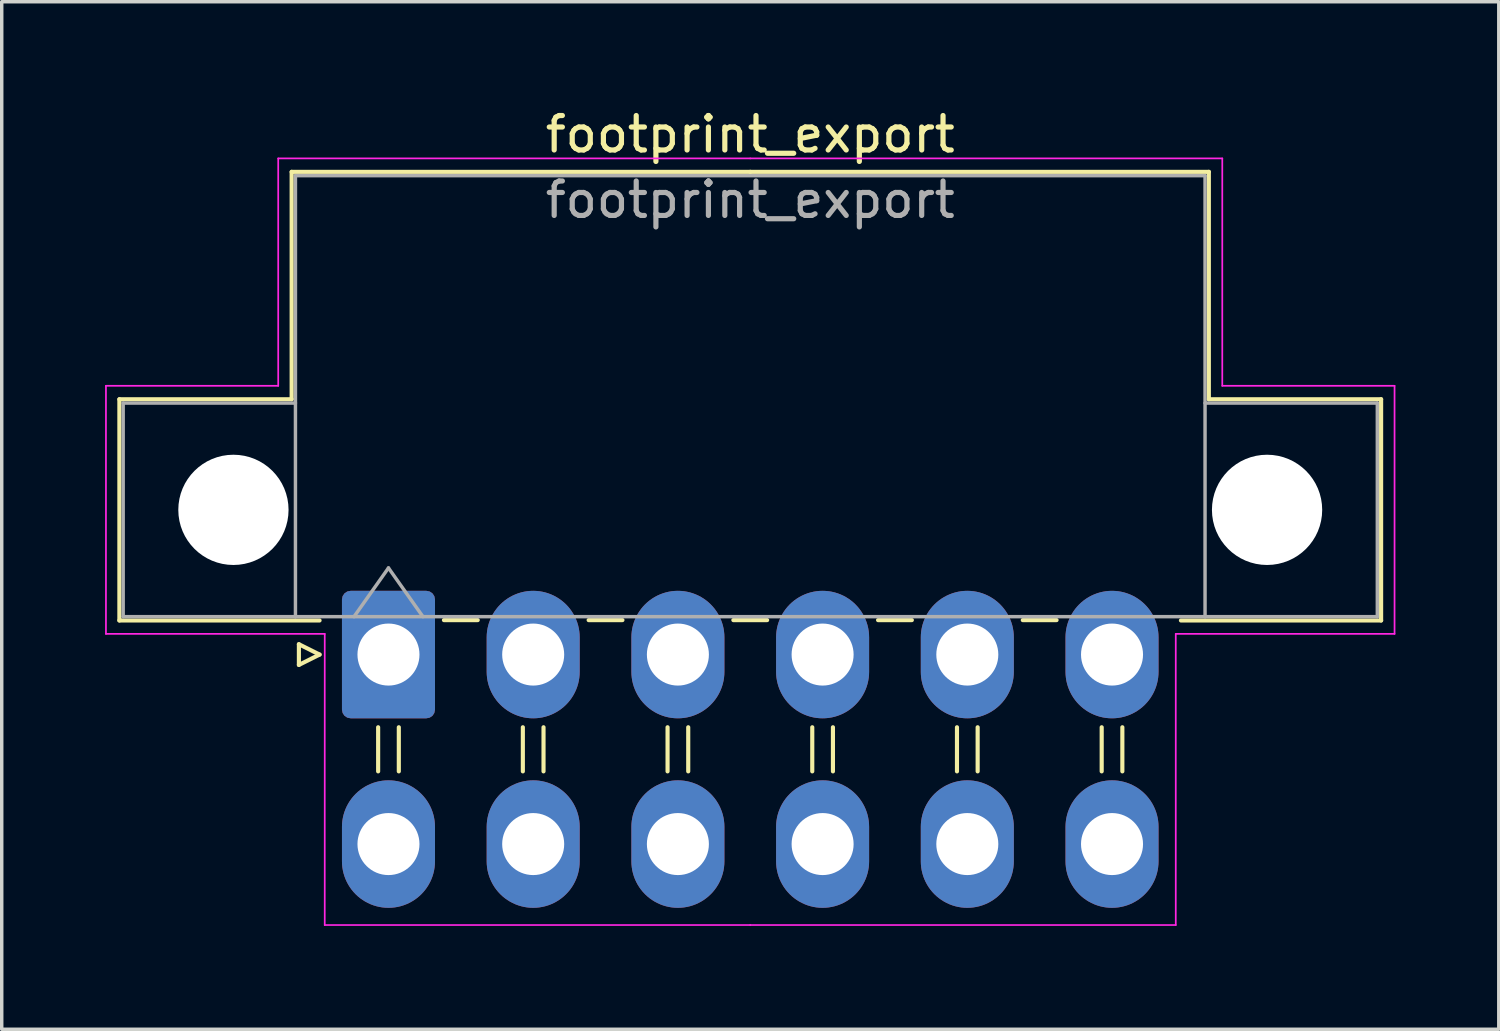
<source format=kicad_pcb>
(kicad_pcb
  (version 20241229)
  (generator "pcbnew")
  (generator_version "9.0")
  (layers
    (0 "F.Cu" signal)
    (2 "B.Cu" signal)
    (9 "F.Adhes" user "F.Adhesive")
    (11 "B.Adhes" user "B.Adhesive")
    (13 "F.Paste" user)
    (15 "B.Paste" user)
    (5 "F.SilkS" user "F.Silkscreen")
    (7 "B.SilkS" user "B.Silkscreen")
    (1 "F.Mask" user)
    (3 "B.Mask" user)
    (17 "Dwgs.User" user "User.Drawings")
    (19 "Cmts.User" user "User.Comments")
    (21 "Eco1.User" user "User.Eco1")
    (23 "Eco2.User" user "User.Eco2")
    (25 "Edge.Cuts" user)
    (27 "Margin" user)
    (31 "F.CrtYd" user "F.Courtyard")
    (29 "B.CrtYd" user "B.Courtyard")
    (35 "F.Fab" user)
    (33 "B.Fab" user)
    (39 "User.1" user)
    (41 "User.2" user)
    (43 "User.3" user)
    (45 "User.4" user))
  (footprint "footprint_export"
    (layer "F.Cu")
    (at 8.225 15.948)
    (property "Reference" "footprint_export" (at 10.5 -15.1 0) (layer "F.SilkS") (effects (font (size 1 1) (thickness 0.15))))
    (attr through_hole)
    (fp_line (start -7.81 -7.41) (end -7.81 -0.99) (stroke (width 0.12) (type solid)) (layer "F.SilkS"))
    (fp_line (start -7.81 -0.99) (end -2 -0.99) (stroke (width 0.12) (type solid)) (layer "F.SilkS"))
    (fp_line (start -2.81 -14.01) (end -2.81 -7.41) (stroke (width 0.12) (type solid)) (layer "F.SilkS"))
    (fp_line (start -2.81 -7.41) (end -7.81 -7.41) (stroke (width 0.12) (type solid)) (layer "F.SilkS"))
    (fp_line (start -2.6 -0.3) (end -2 0) (stroke (width 0.12) (type solid)) (layer "F.SilkS"))
    (fp_line (start -2.6 0.3) (end -2.6 -0.3) (stroke (width 0.12) (type solid)) (layer "F.SilkS"))
    (fp_line (start -2 0) (end -2.6 0.3) (stroke (width 0.12) (type solid)) (layer "F.SilkS"))
    (fp_line (start -0.3 2.11) (end -0.3 3.39) (stroke (width 0.12) (type solid)) (layer "F.SilkS"))
    (fp_line (start 0.3 2.11) (end 0.3 3.39) (stroke (width 0.12) (type solid)) (layer "F.SilkS"))
    (fp_line (start 1.61 -1) (end 2.59 -1) (stroke (width 0.12) (type solid)) (layer "F.SilkS"))
    (fp_line (start 3.9 2.11) (end 3.9 3.39) (stroke (width 0.12) (type solid)) (layer "F.SilkS"))
    (fp_line (start 4.5 2.11) (end 4.5 3.39) (stroke (width 0.12) (type solid)) (layer "F.SilkS"))
    (fp_line (start 5.81 -1) (end 6.79 -1) (stroke (width 0.12) (type solid)) (layer "F.SilkS"))
    (fp_line (start 8.1 2.11) (end 8.1 3.39) (stroke (width 0.12) (type solid)) (layer "F.SilkS"))
    (fp_line (start 8.7 2.11) (end 8.7 3.39) (stroke (width 0.12) (type solid)) (layer "F.SilkS"))
    (fp_line (start 10.01 -1) (end 10.99 -1) (stroke (width 0.12) (type solid)) (layer "F.SilkS"))
    (fp_line (start 10.5 -14.01) (end -2.81 -14.01) (stroke (width 0.12) (type solid)) (layer "F.SilkS"))
    (fp_line (start 10.5 -14.01) (end 23.81 -14.01) (stroke (width 0.12) (type solid)) (layer "F.SilkS"))
    (fp_line (start 12.3 2.11) (end 12.3 3.39) (stroke (width 0.12) (type solid)) (layer "F.SilkS"))
    (fp_line (start 12.9 2.11) (end 12.9 3.39) (stroke (width 0.12) (type solid)) (layer "F.SilkS"))
    (fp_line (start 14.21 -1) (end 15.19 -1) (stroke (width 0.12) (type solid)) (layer "F.SilkS"))
    (fp_line (start 16.5 2.11) (end 16.5 3.39) (stroke (width 0.12) (type solid)) (layer "F.SilkS"))
    (fp_line (start 17.1 2.11) (end 17.1 3.39) (stroke (width 0.12) (type solid)) (layer "F.SilkS"))
    (fp_line (start 18.41 -1) (end 19.39 -1) (stroke (width 0.12) (type solid)) (layer "F.SilkS"))
    (fp_line (start 20.7 2.11) (end 20.7 3.39) (stroke (width 0.12) (type solid)) (layer "F.SilkS"))
    (fp_line (start 21.3 2.11) (end 21.3 3.39) (stroke (width 0.12) (type solid)) (layer "F.SilkS"))
    (fp_line (start 23.81 -14.01) (end 23.81 -7.41) (stroke (width 0.12) (type solid)) (layer "F.SilkS"))
    (fp_line (start 23.81 -7.41) (end 28.81 -7.41) (stroke (width 0.12) (type solid)) (layer "F.SilkS"))
    (fp_line (start 28.81 -7.41) (end 28.81 -0.99) (stroke (width 0.12) (type solid)) (layer "F.SilkS"))
    (fp_line (start 28.81 -0.99) (end 23 -0.99) (stroke (width 0.12) (type solid)) (layer "F.SilkS"))
    (fp_line (start -8.2 -7.8) (end -8.2 -0.6) (stroke (width 0.05) (type solid)) (layer "F.CrtYd"))
    (fp_line (start -8.2 -0.6) (end -1.85 -0.6) (stroke (width 0.05) (type solid)) (layer "F.CrtYd"))
    (fp_line (start -3.2 -14.4) (end -3.2 -7.8) (stroke (width 0.05) (type solid)) (layer "F.CrtYd"))
    (fp_line (start -3.2 -7.8) (end -8.2 -7.8) (stroke (width 0.05) (type solid)) (layer "F.CrtYd"))
    (fp_line (start -1.85 -0.6) (end -1.85 7.85) (stroke (width 0.05) (type solid)) (layer "F.CrtYd"))
    (fp_line (start -1.85 7.85) (end 10.5 7.85) (stroke (width 0.05) (type solid)) (layer "F.CrtYd"))
    (fp_line (start 10.5 -14.4) (end -3.2 -14.4) (stroke (width 0.05) (type solid)) (layer "F.CrtYd"))
    (fp_line (start 10.5 -14.4) (end 24.2 -14.4) (stroke (width 0.05) (type solid)) (layer "F.CrtYd"))
    (fp_line (start 22.85 -0.6) (end 22.85 7.85) (stroke (width 0.05) (type solid)) (layer "F.CrtYd"))
    (fp_line (start 22.85 7.85) (end 10.5 7.85) (stroke (width 0.05) (type solid)) (layer "F.CrtYd"))
    (fp_line (start 24.2 -14.4) (end 24.2 -7.8) (stroke (width 0.05) (type solid)) (layer "F.CrtYd"))
    (fp_line (start 24.2 -7.8) (end 29.2 -7.8) (stroke (width 0.05) (type solid)) (layer "F.CrtYd"))
    (fp_line (start 29.2 -7.8) (end 29.2 -0.6) (stroke (width 0.05) (type solid)) (layer "F.CrtYd"))
    (fp_line (start 29.2 -0.6) (end 22.85 -0.6) (stroke (width 0.05) (type solid)) (layer "F.CrtYd"))
    (fp_line (start -7.7 -7.3) (end -7.7 -1.1) (stroke (width 0.1) (type solid)) (layer "F.Fab"))
    (fp_line (start -7.7 -1.1) (end -2.7 -1.1) (stroke (width 0.1) (type solid)) (layer "F.Fab"))
    (fp_line (start -2.7 -13.9) (end -2.7 -1.1) (stroke (width 0.1) (type solid)) (layer "F.Fab"))
    (fp_line (start -2.7 -7.3) (end -7.7 -7.3) (stroke (width 0.1) (type solid)) (layer "F.Fab"))
    (fp_line (start -2.7 -1.1) (end 23.7 -1.1) (stroke (width 0.1) (type solid)) (layer "F.Fab"))
    (fp_line (start -1 -1.1) (end 0 -2.514) (stroke (width 0.1) (type solid)) (layer "F.Fab"))
    (fp_line (start 0 -2.514) (end 1 -1.1) (stroke (width 0.1) (type solid)) (layer "F.Fab"))
    (fp_line (start 23.7 -13.9) (end -2.7 -13.9) (stroke (width 0.1) (type solid)) (layer "F.Fab"))
    (fp_line (start 23.7 -7.3) (end 28.7 -7.3) (stroke (width 0.1) (type solid)) (layer "F.Fab"))
    (fp_line (start 23.7 -1.1) (end 23.7 -13.9) (stroke (width 0.1) (type solid)) (layer "F.Fab"))
    (fp_line (start 28.7 -7.3) (end 28.7 -1.1) (stroke (width 0.1) (type solid)) (layer "F.Fab"))
    (fp_line (start 28.7 -1.1) (end 23.7 -1.1) (stroke (width 0.1) (type solid)) (layer "F.Fab"))
    (fp_text user "${REFERENCE}" (at 10.5 -13.2 0) (layer "F.Fab") (effects (font (size 1 1) (thickness 0.15))))
    (pad "" np_thru_hole circle (at -4.5 -4.2) (size 3.2 3.2) (drill 3.2) (layers "*.Cu" "*.Mask"))
    (pad "" np_thru_hole circle (at 25.5 -4.2) (size 3.2 3.2) (drill 3.2) (layers "*.Cu" "*.Mask"))
    (pad "1" thru_hole roundrect (at 0 0) (size 2.7 3.7) (drill 1.8) (layers "*.Cu" "*.Mask") (roundrect_rratio 0.093))
    (pad "2" thru_hole oval (at 4.2 0) (size 2.7 3.7) (drill 1.8) (layers "*.Cu" "*.Mask"))
    (pad "3" thru_hole oval (at 8.4 0) (size 2.7 3.7) (drill 1.8) (layers "*.Cu" "*.Mask"))
    (pad "4" thru_hole oval (at 12.6 0) (size 2.7 3.7) (drill 1.8) (layers "*.Cu" "*.Mask"))
    (pad "5" thru_hole oval (at 16.8 0) (size 2.7 3.7) (drill 1.8) (layers "*.Cu" "*.Mask"))
    (pad "6" thru_hole oval (at 21 0) (size 2.7 3.7) (drill 1.8) (layers "*.Cu" "*.Mask"))
    (pad "7" thru_hole oval (at 0 5.5) (size 2.7 3.7) (drill 1.8) (layers "*.Cu" "*.Mask"))
    (pad "8" thru_hole oval (at 4.2 5.5) (size 2.7 3.7) (drill 1.8) (layers "*.Cu" "*.Mask"))
    (pad "9" thru_hole oval (at 8.4 5.5) (size 2.7 3.7) (drill 1.8) (layers "*.Cu" "*.Mask"))
    (pad "10" thru_hole oval (at 12.6 5.5) (size 2.7 3.7) (drill 1.8) (layers "*.Cu" "*.Mask"))
    (pad "11" thru_hole oval (at 16.8 5.5) (size 2.7 3.7) (drill 1.8) (layers "*.Cu" "*.Mask"))
    (pad "12" thru_hole oval (at 21 5.5) (size 2.7 3.7) (drill 1.8) (layers "*.Cu" "*.Mask")))
  (gr_rect
    (start -3 -3)
    (end 40.45 26.823)
    (stroke (width 0.1) (type default))
    (fill no)
    (layer "Edge.Cuts")))
</source>
